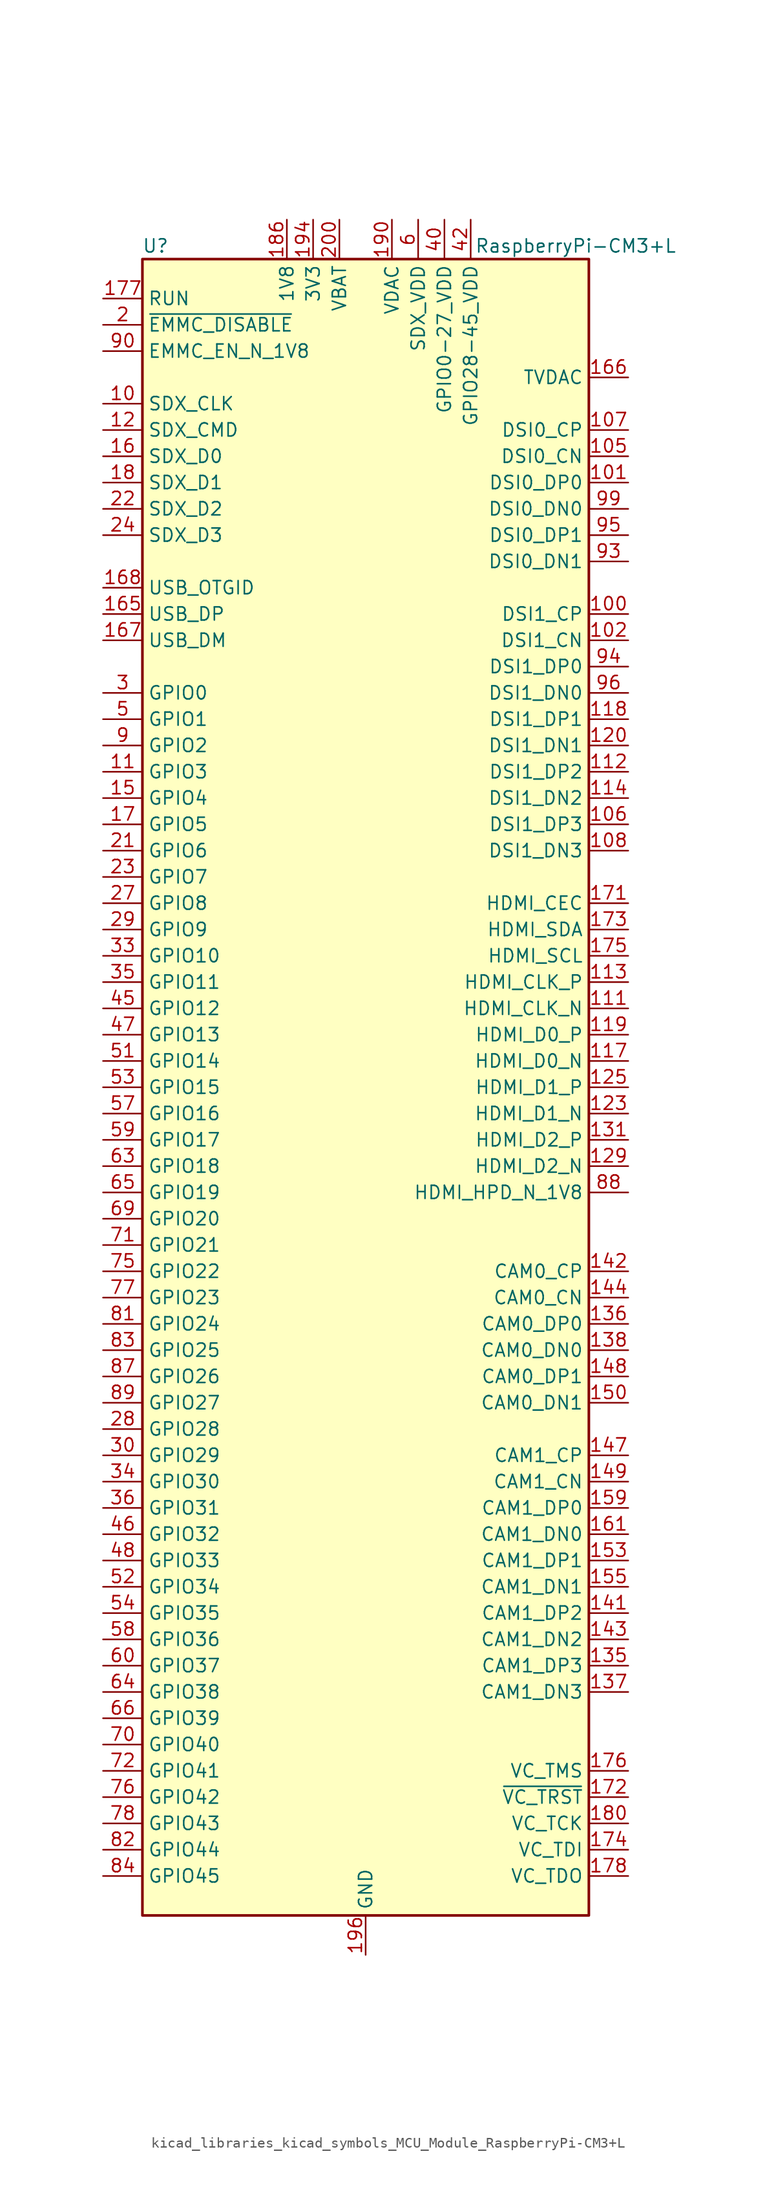
<source format=kicad_sym>
(kicad_symbol_lib
  (version 20220914)
  (generator kicad_symbol_editor)
  (symbol "kicad_libraries_kicad_symbols_MCU_Module_RaspberryPi-CM3+L"
    (property "Reference" "U"
      (at -20.32 81.28 0)
      (effects (font (size 1.27 1.27))))
    (property "Value" "RaspberryPi-CM3+L"
      (at 20.32 81.28 0)
      (effects (font (size 1.27 1.27))))
    (symbol "kicad_libraries_kicad_symbols_MCU_Module_RaspberryPi-CM3+L_0_1"
      (rectangle (start -21.59 80.01) (end 21.59 -80.01) (stroke (width 0.254) (type default)) (fill (type background))))
    (symbol "kicad_libraries_kicad_symbols_MCU_Module_RaspberryPi-CM3+L_1_1"
      (pin passive line (at 0 -83.82 90) (length 3.81) hide (name "GND" (effects (font (size 1.27 1.27)))) (number "1" (effects (font (size 1.27 1.27)))))
      (pin output line (at -25.4 66.04 0) (length 3.81) (name "SDX_CLK" (effects (font (size 1.27 1.27)))) (number "10" (effects (font (size 1.27 1.27)))))
      (pin output line (at 25.4 45.72 180) (length 3.81) (name "DSI1_CP" (effects (font (size 1.27 1.27)))) (number "100" (effects (font (size 1.27 1.27)))))
      (pin output line (at 25.4 58.42 180) (length 3.81) (name "DSI0_DP0" (effects (font (size 1.27 1.27)))) (number "101" (effects (font (size 1.27 1.27)))))
      (pin output line (at 25.4 43.18 180) (length 3.81) (name "DSI1_CN" (effects (font (size 1.27 1.27)))) (number "102" (effects (font (size 1.27 1.27)))))
      (pin passive line (at 0 -83.82 90) (length 3.81) hide (name "GND" (effects (font (size 1.27 1.27)))) (number "103" (effects (font (size 1.27 1.27)))))
      (pin passive line (at 0 -83.82 90) (length 3.81) hide (name "GND" (effects (font (size 1.27 1.27)))) (number "104" (effects (font (size 1.27 1.27)))))
      (pin output line (at 25.4 60.96 180) (length 3.81) (name "DSI0_CN" (effects (font (size 1.27 1.27)))) (number "105" (effects (font (size 1.27 1.27)))))
      (pin output line (at 25.4 25.4 180) (length 3.81) (name "DSI1_DP3" (effects (font (size 1.27 1.27)))) (number "106" (effects (font (size 1.27 1.27)))))
      (pin output line (at 25.4 63.5 180) (length 3.81) (name "DSI0_CP" (effects (font (size 1.27 1.27)))) (number "107" (effects (font (size 1.27 1.27)))))
      (pin output line (at 25.4 22.86 180) (length 3.81) (name "DSI1_DN3" (effects (font (size 1.27 1.27)))) (number "108" (effects (font (size 1.27 1.27)))))
      (pin passive line (at 0 -83.82 90) (length 3.81) hide (name "GND" (effects (font (size 1.27 1.27)))) (number "109" (effects (font (size 1.27 1.27)))))
      (pin bidirectional line (at -25.4 30.48 0) (length 3.81) (name "GPIO3" (effects (font (size 1.27 1.27)))) (number "11" (effects (font (size 1.27 1.27)))))
      (pin passive line (at 0 -83.82 90) (length 3.81) hide (name "GND" (effects (font (size 1.27 1.27)))) (number "110" (effects (font (size 1.27 1.27)))))
      (pin output line (at 25.4 7.62 180) (length 3.81) (name "HDMI_CLK_N" (effects (font (size 1.27 1.27)))) (number "111" (effects (font (size 1.27 1.27)))))
      (pin output line (at 25.4 30.48 180) (length 3.81) (name "DSI1_DP2" (effects (font (size 1.27 1.27)))) (number "112" (effects (font (size 1.27 1.27)))))
      (pin output line (at 25.4 10.16 180) (length 3.81) (name "HDMI_CLK_P" (effects (font (size 1.27 1.27)))) (number "113" (effects (font (size 1.27 1.27)))))
      (pin output line (at 25.4 27.94 180) (length 3.81) (name "DSI1_DN2" (effects (font (size 1.27 1.27)))) (number "114" (effects (font (size 1.27 1.27)))))
      (pin passive line (at 0 -83.82 90) (length 3.81) hide (name "GND" (effects (font (size 1.27 1.27)))) (number "115" (effects (font (size 1.27 1.27)))))
      (pin passive line (at 0 -83.82 90) (length 3.81) hide (name "GND" (effects (font (size 1.27 1.27)))) (number "116" (effects (font (size 1.27 1.27)))))
      (pin output line (at 25.4 2.54 180) (length 3.81) (name "HDMI_D0_N" (effects (font (size 1.27 1.27)))) (number "117" (effects (font (size 1.27 1.27)))))
      (pin output line (at 25.4 35.56 180) (length 3.81) (name "DSI1_DP1" (effects (font (size 1.27 1.27)))) (number "118" (effects (font (size 1.27 1.27)))))
      (pin output line (at 25.4 5.08 180) (length 3.81) (name "HDMI_D0_P" (effects (font (size 1.27 1.27)))) (number "119" (effects (font (size 1.27 1.27)))))
      (pin bidirectional line (at -25.4 63.5 0) (length 3.81) (name "SDX_CMD" (effects (font (size 1.27 1.27)))) (number "12" (effects (font (size 1.27 1.27)))))
      (pin output line (at 25.4 33.02 180) (length 3.81) (name "DSI1_DN1" (effects (font (size 1.27 1.27)))) (number "120" (effects (font (size 1.27 1.27)))))
      (pin passive line (at 0 -83.82 90) (length 3.81) hide (name "GND" (effects (font (size 1.27 1.27)))) (number "121" (effects (font (size 1.27 1.27)))))
      (pin passive line (at 0 -83.82 90) (length 3.81) hide (name "GND" (effects (font (size 1.27 1.27)))) (number "122" (effects (font (size 1.27 1.27)))))
      (pin output line (at 25.4 -2.54 180) (length 3.81) (name "HDMI_D1_N" (effects (font (size 1.27 1.27)))) (number "123" (effects (font (size 1.27 1.27)))))
      (pin no_connect line (at 20.32 76.2 180) (length 2.54) hide (name "NC" (effects (font (size 1.27 1.27)))) (number "124" (effects (font (size 1.27 1.27)))))
      (pin output line (at 25.4 0 180) (length 3.81) (name "HDMI_D1_P" (effects (font (size 1.27 1.27)))) (number "125" (effects (font (size 1.27 1.27)))))
      (pin no_connect line (at 20.32 73.66 180) (length 2.54) hide (name "NC" (effects (font (size 1.27 1.27)))) (number "126" (effects (font (size 1.27 1.27)))))
      (pin passive line (at 0 -83.82 90) (length 3.81) hide (name "GND" (effects (font (size 1.27 1.27)))) (number "127" (effects (font (size 1.27 1.27)))))
      (pin no_connect line (at 20.32 71.12 180) (length 2.54) hide (name "NC" (effects (font (size 1.27 1.27)))) (number "128" (effects (font (size 1.27 1.27)))))
      (pin output line (at 25.4 -7.62 180) (length 3.81) (name "HDMI_D2_N" (effects (font (size 1.27 1.27)))) (number "129" (effects (font (size 1.27 1.27)))))
      (pin passive line (at 0 -83.82 90) (length 3.81) hide (name "GND" (effects (font (size 1.27 1.27)))) (number "13" (effects (font (size 1.27 1.27)))))
      (pin no_connect line (at 20.32 66.04 180) (length 2.54) hide (name "NC" (effects (font (size 1.27 1.27)))) (number "130" (effects (font (size 1.27 1.27)))))
      (pin output line (at 25.4 -5.08 180) (length 3.81) (name "HDMI_D2_P" (effects (font (size 1.27 1.27)))) (number "131" (effects (font (size 1.27 1.27)))))
      (pin no_connect line (at 20.32 48.26 180) (length 2.54) hide (name "NC" (effects (font (size 1.27 1.27)))) (number "132" (effects (font (size 1.27 1.27)))))
      (pin passive line (at 0 -83.82 90) (length 3.81) hide (name "GND" (effects (font (size 1.27 1.27)))) (number "133" (effects (font (size 1.27 1.27)))))
      (pin passive line (at 0 -83.82 90) (length 3.81) hide (name "GND" (effects (font (size 1.27 1.27)))) (number "134" (effects (font (size 1.27 1.27)))))
      (pin input line (at 25.4 -55.88 180) (length 3.81) (name "CAM1_DP3" (effects (font (size 1.27 1.27)))) (number "135" (effects (font (size 1.27 1.27)))))
      (pin input line (at 25.4 -22.86 180) (length 3.81) (name "CAM0_DP0" (effects (font (size 1.27 1.27)))) (number "136" (effects (font (size 1.27 1.27)))))
      (pin input line (at 25.4 -58.42 180) (length 3.81) (name "CAM1_DN3" (effects (font (size 1.27 1.27)))) (number "137" (effects (font (size 1.27 1.27)))))
      (pin input line (at 25.4 -25.4 180) (length 3.81) (name "CAM0_DN0" (effects (font (size 1.27 1.27)))) (number "138" (effects (font (size 1.27 1.27)))))
      (pin passive line (at 0 -83.82 90) (length 3.81) hide (name "GND" (effects (font (size 1.27 1.27)))) (number "139" (effects (font (size 1.27 1.27)))))
      (pin passive line (at 0 -83.82 90) (length 3.81) hide (name "GND" (effects (font (size 1.27 1.27)))) (number "14" (effects (font (size 1.27 1.27)))))
      (pin passive line (at 0 -83.82 90) (length 3.81) hide (name "GND" (effects (font (size 1.27 1.27)))) (number "140" (effects (font (size 1.27 1.27)))))
      (pin input line (at 25.4 -50.8 180) (length 3.81) (name "CAM1_DP2" (effects (font (size 1.27 1.27)))) (number "141" (effects (font (size 1.27 1.27)))))
      (pin input line (at 25.4 -17.78 180) (length 3.81) (name "CAM0_CP" (effects (font (size 1.27 1.27)))) (number "142" (effects (font (size 1.27 1.27)))))
      (pin input line (at 25.4 -53.34 180) (length 3.81) (name "CAM1_DN2" (effects (font (size 1.27 1.27)))) (number "143" (effects (font (size 1.27 1.27)))))
      (pin input line (at 25.4 -20.32 180) (length 3.81) (name "CAM0_CN" (effects (font (size 1.27 1.27)))) (number "144" (effects (font (size 1.27 1.27)))))
      (pin passive line (at 0 -83.82 90) (length 3.81) hide (name "GND" (effects (font (size 1.27 1.27)))) (number "145" (effects (font (size 1.27 1.27)))))
      (pin passive line (at 0 -83.82 90) (length 3.81) hide (name "GND" (effects (font (size 1.27 1.27)))) (number "146" (effects (font (size 1.27 1.27)))))
      (pin input line (at 25.4 -35.56 180) (length 3.81) (name "CAM1_CP" (effects (font (size 1.27 1.27)))) (number "147" (effects (font (size 1.27 1.27)))))
      (pin input line (at 25.4 -27.94 180) (length 3.81) (name "CAM0_DP1" (effects (font (size 1.27 1.27)))) (number "148" (effects (font (size 1.27 1.27)))))
      (pin input line (at 25.4 -38.1 180) (length 3.81) (name "CAM1_CN" (effects (font (size 1.27 1.27)))) (number "149" (effects (font (size 1.27 1.27)))))
      (pin bidirectional line (at -25.4 27.94 0) (length 3.81) (name "GPIO4" (effects (font (size 1.27 1.27)))) (number "15" (effects (font (size 1.27 1.27)))))
      (pin input line (at 25.4 -30.48 180) (length 3.81) (name "CAM0_DN1" (effects (font (size 1.27 1.27)))) (number "150" (effects (font (size 1.27 1.27)))))
      (pin passive line (at 0 -83.82 90) (length 3.81) hide (name "GND" (effects (font (size 1.27 1.27)))) (number "151" (effects (font (size 1.27 1.27)))))
      (pin passive line (at 0 -83.82 90) (length 3.81) hide (name "GND" (effects (font (size 1.27 1.27)))) (number "152" (effects (font (size 1.27 1.27)))))
      (pin input line (at 25.4 -45.72 180) (length 3.81) (name "CAM1_DP1" (effects (font (size 1.27 1.27)))) (number "153" (effects (font (size 1.27 1.27)))))
      (pin no_connect line (at 20.32 -15.24 180) (length 2.54) hide (name "NC" (effects (font (size 1.27 1.27)))) (number "154" (effects (font (size 1.27 1.27)))))
      (pin input line (at 25.4 -48.26 180) (length 3.81) (name "CAM1_DN1" (effects (font (size 1.27 1.27)))) (number "155" (effects (font (size 1.27 1.27)))))
      (pin no_connect line (at 20.32 -12.7 180) (length 2.54) hide (name "NC" (effects (font (size 1.27 1.27)))) (number "156" (effects (font (size 1.27 1.27)))))
      (pin passive line (at 0 -83.82 90) (length 3.81) hide (name "GND" (effects (font (size 1.27 1.27)))) (number "157" (effects (font (size 1.27 1.27)))))
      (pin no_connect line (at 20.32 20.32 180) (length 2.54) hide (name "NC" (effects (font (size 1.27 1.27)))) (number "158" (effects (font (size 1.27 1.27)))))
      (pin input line (at 25.4 -40.64 180) (length 3.81) (name "CAM1_DP0" (effects (font (size 1.27 1.27)))) (number "159" (effects (font (size 1.27 1.27)))))
      (pin bidirectional line (at -25.4 60.96 0) (length 3.81) (name "SDX_D0" (effects (font (size 1.27 1.27)))) (number "16" (effects (font (size 1.27 1.27)))))
      (pin no_connect line (at 20.32 -60.96 180) (length 2.54) hide (name "NC" (effects (font (size 1.27 1.27)))) (number "160" (effects (font (size 1.27 1.27)))))
      (pin input line (at 25.4 -43.18 180) (length 3.81) (name "CAM1_DN0" (effects (font (size 1.27 1.27)))) (number "161" (effects (font (size 1.27 1.27)))))
      (pin no_connect line (at 20.32 -63.5 180) (length 2.54) hide (name "NC" (effects (font (size 1.27 1.27)))) (number "162" (effects (font (size 1.27 1.27)))))
      (pin passive line (at 0 -83.82 90) (length 3.81) hide (name "GND" (effects (font (size 1.27 1.27)))) (number "163" (effects (font (size 1.27 1.27)))))
      (pin passive line (at 0 -83.82 90) (length 3.81) hide (name "GND" (effects (font (size 1.27 1.27)))) (number "164" (effects (font (size 1.27 1.27)))))
      (pin bidirectional line (at -25.4 45.72 0) (length 3.81) (name "USB_DP" (effects (font (size 1.27 1.27)))) (number "165" (effects (font (size 1.27 1.27)))))
      (pin output line (at 25.4 68.58 180) (length 3.81) (name "TVDAC" (effects (font (size 1.27 1.27)))) (number "166" (effects (font (size 1.27 1.27)))))
      (pin bidirectional line (at -25.4 43.18 0) (length 3.81) (name "USB_DM" (effects (font (size 1.27 1.27)))) (number "167" (effects (font (size 1.27 1.27)))))
      (pin passive line (at -25.4 48.26 0) (length 3.81) (name "USB_OTGID" (effects (font (size 1.27 1.27)))) (number "168" (effects (font (size 1.27 1.27)))))
      (pin passive line (at 0 -83.82 90) (length 3.81) hide (name "GND" (effects (font (size 1.27 1.27)))) (number "169" (effects (font (size 1.27 1.27)))))
      (pin bidirectional line (at -25.4 25.4 0) (length 3.81) (name "GPIO5" (effects (font (size 1.27 1.27)))) (number "17" (effects (font (size 1.27 1.27)))))
      (pin passive line (at 0 -83.82 90) (length 3.81) hide (name "GND" (effects (font (size 1.27 1.27)))) (number "170" (effects (font (size 1.27 1.27)))))
      (pin bidirectional line (at 25.4 17.78 180) (length 3.81) (name "HDMI_CEC" (effects (font (size 1.27 1.27)))) (number "171" (effects (font (size 1.27 1.27)))))
      (pin input line (at 25.4 -68.58 180) (length 3.81) (name "~{VC_TRST}" (effects (font (size 1.27 1.27)))) (number "172" (effects (font (size 1.27 1.27)))))
      (pin bidirectional line (at 25.4 15.24 180) (length 3.81) (name "HDMI_SDA" (effects (font (size 1.27 1.27)))) (number "173" (effects (font (size 1.27 1.27)))))
      (pin input line (at 25.4 -73.66 180) (length 3.81) (name "VC_TDI" (effects (font (size 1.27 1.27)))) (number "174" (effects (font (size 1.27 1.27)))))
      (pin bidirectional line (at 25.4 12.7 180) (length 3.81) (name "HDMI_SCL" (effects (font (size 1.27 1.27)))) (number "175" (effects (font (size 1.27 1.27)))))
      (pin input line (at 25.4 -66.04 180) (length 3.81) (name "VC_TMS" (effects (font (size 1.27 1.27)))) (number "176" (effects (font (size 1.27 1.27)))))
      (pin input line (at -25.4 76.2 0) (length 3.81) (name "RUN" (effects (font (size 1.27 1.27)))) (number "177" (effects (font (size 1.27 1.27)))))
      (pin output line (at 25.4 -76.2 180) (length 3.81) (name "VC_TDO" (effects (font (size 1.27 1.27)))) (number "178" (effects (font (size 1.27 1.27)))))
      (pin no_connect line (at 0 78.74 270) (length 2.54) hide (name "VDD_CORE_(DO_NOT_CONNECT)" (effects (font (size 1.27 1.27)))) (number "179" (effects (font (size 1.27 1.27)))))
      (pin bidirectional line (at -25.4 58.42 0) (length 3.81) (name "SDX_D1" (effects (font (size 1.27 1.27)))) (number "18" (effects (font (size 1.27 1.27)))))
      (pin input line (at 25.4 -71.12 180) (length 3.81) (name "VC_TCK" (effects (font (size 1.27 1.27)))) (number "180" (effects (font (size 1.27 1.27)))))
      (pin passive line (at 0 -83.82 90) (length 3.81) hide (name "GND" (effects (font (size 1.27 1.27)))) (number "181" (effects (font (size 1.27 1.27)))))
      (pin passive line (at 0 -83.82 90) (length 3.81) hide (name "GND" (effects (font (size 1.27 1.27)))) (number "182" (effects (font (size 1.27 1.27)))))
      (pin passive line (at -7.62 83.82 270) (length 3.81) hide (name "1V8" (effects (font (size 1.27 1.27)))) (number "183" (effects (font (size 1.27 1.27)))))
      (pin passive line (at -7.62 83.82 270) (length 3.81) hide (name "1V8" (effects (font (size 1.27 1.27)))) (number "184" (effects (font (size 1.27 1.27)))))
      (pin passive line (at -7.62 83.82 270) (length 3.81) hide (name "1V8" (effects (font (size 1.27 1.27)))) (number "185" (effects (font (size 1.27 1.27)))))
      (pin power_in line (at -7.62 83.82 270) (length 3.81) (name "1V8" (effects (font (size 1.27 1.27)))) (number "186" (effects (font (size 1.27 1.27)))))
      (pin passive line (at 0 -83.82 90) (length 3.81) hide (name "GND" (effects (font (size 1.27 1.27)))) (number "187" (effects (font (size 1.27 1.27)))))
      (pin passive line (at 0 -83.82 90) (length 3.81) hide (name "GND" (effects (font (size 1.27 1.27)))) (number "188" (effects (font (size 1.27 1.27)))))
      (pin passive line (at 2.54 83.82 270) (length 3.81) hide (name "VDAC" (effects (font (size 1.27 1.27)))) (number "189" (effects (font (size 1.27 1.27)))))
      (pin passive line (at 0 -83.82 90) (length 3.81) hide (name "GND" (effects (font (size 1.27 1.27)))) (number "19" (effects (font (size 1.27 1.27)))))
      (pin power_in line (at 2.54 83.82 270) (length 3.81) (name "VDAC" (effects (font (size 1.27 1.27)))) (number "190" (effects (font (size 1.27 1.27)))))
      (pin passive line (at -5.08 83.82 270) (length 3.81) hide (name "3V3" (effects (font (size 1.27 1.27)))) (number "191" (effects (font (size 1.27 1.27)))))
      (pin passive line (at -5.08 83.82 270) (length 3.81) hide (name "3V3" (effects (font (size 1.27 1.27)))) (number "192" (effects (font (size 1.27 1.27)))))
      (pin passive line (at -5.08 83.82 270) (length 3.81) hide (name "3V3" (effects (font (size 1.27 1.27)))) (number "193" (effects (font (size 1.27 1.27)))))
      (pin power_in line (at -5.08 83.82 270) (length 3.81) (name "3V3" (effects (font (size 1.27 1.27)))) (number "194" (effects (font (size 1.27 1.27)))))
      (pin passive line (at 0 -83.82 90) (length 3.81) hide (name "GND" (effects (font (size 1.27 1.27)))) (number "195" (effects (font (size 1.27 1.27)))))
      (pin power_out line (at 0 -83.82 90) (length 3.81) (name "GND" (effects (font (size 1.27 1.27)))) (number "196" (effects (font (size 1.27 1.27)))))
      (pin passive line (at -2.54 83.82 270) (length 3.81) hide (name "VBAT" (effects (font (size 1.27 1.27)))) (number "197" (effects (font (size 1.27 1.27)))))
      (pin passive line (at -2.54 83.82 270) (length 3.81) hide (name "VBAT" (effects (font (size 1.27 1.27)))) (number "198" (effects (font (size 1.27 1.27)))))
      (pin passive line (at -2.54 83.82 270) (length 3.81) hide (name "VBAT" (effects (font (size 1.27 1.27)))) (number "199" (effects (font (size 1.27 1.27)))))
      (pin input line (at -25.4 73.66 0) (length 3.81) (name "~{EMMC_DISABLE}" (effects (font (size 1.27 1.27)))) (number "2" (effects (font (size 1.27 1.27)))))
      (pin passive line (at 0 -83.82 90) (length 3.81) hide (name "GND" (effects (font (size 1.27 1.27)))) (number "20" (effects (font (size 1.27 1.27)))))
      (pin power_in line (at -2.54 83.82 270) (length 3.81) (name "VBAT" (effects (font (size 1.27 1.27)))) (number "200" (effects (font (size 1.27 1.27)))))
      (pin bidirectional line (at -25.4 22.86 0) (length 3.81) (name "GPIO6" (effects (font (size 1.27 1.27)))) (number "21" (effects (font (size 1.27 1.27)))))
      (pin bidirectional line (at -25.4 55.88 0) (length 3.81) (name "SDX_D2" (effects (font (size 1.27 1.27)))) (number "22" (effects (font (size 1.27 1.27)))))
      (pin bidirectional line (at -25.4 20.32 0) (length 3.81) (name "GPIO7" (effects (font (size 1.27 1.27)))) (number "23" (effects (font (size 1.27 1.27)))))
      (pin bidirectional line (at -25.4 53.34 0) (length 3.81) (name "SDX_D3" (effects (font (size 1.27 1.27)))) (number "24" (effects (font (size 1.27 1.27)))))
      (pin passive line (at 0 -83.82 90) (length 3.81) hide (name "GND" (effects (font (size 1.27 1.27)))) (number "25" (effects (font (size 1.27 1.27)))))
      (pin passive line (at 0 -83.82 90) (length 3.81) hide (name "GND" (effects (font (size 1.27 1.27)))) (number "26" (effects (font (size 1.27 1.27)))))
      (pin bidirectional line (at -25.4 17.78 0) (length 3.81) (name "GPIO8" (effects (font (size 1.27 1.27)))) (number "27" (effects (font (size 1.27 1.27)))))
      (pin bidirectional line (at -25.4 -33.02 0) (length 3.81) (name "GPIO28" (effects (font (size 1.27 1.27)))) (number "28" (effects (font (size 1.27 1.27)))))
      (pin bidirectional line (at -25.4 15.24 0) (length 3.81) (name "GPIO9" (effects (font (size 1.27 1.27)))) (number "29" (effects (font (size 1.27 1.27)))))
      (pin bidirectional line (at -25.4 38.1 0) (length 3.81) (name "GPIO0" (effects (font (size 1.27 1.27)))) (number "3" (effects (font (size 1.27 1.27)))))
      (pin bidirectional line (at -25.4 -35.56 0) (length 3.81) (name "GPIO29" (effects (font (size 1.27 1.27)))) (number "30" (effects (font (size 1.27 1.27)))))
      (pin passive line (at 0 -83.82 90) (length 3.81) hide (name "GND" (effects (font (size 1.27 1.27)))) (number "31" (effects (font (size 1.27 1.27)))))
      (pin passive line (at 0 -83.82 90) (length 3.81) hide (name "GND" (effects (font (size 1.27 1.27)))) (number "32" (effects (font (size 1.27 1.27)))))
      (pin bidirectional line (at -25.4 12.7 0) (length 3.81) (name "GPIO10" (effects (font (size 1.27 1.27)))) (number "33" (effects (font (size 1.27 1.27)))))
      (pin bidirectional line (at -25.4 -38.1 0) (length 3.81) (name "GPIO30" (effects (font (size 1.27 1.27)))) (number "34" (effects (font (size 1.27 1.27)))))
      (pin bidirectional line (at -25.4 10.16 0) (length 3.81) (name "GPIO11" (effects (font (size 1.27 1.27)))) (number "35" (effects (font (size 1.27 1.27)))))
      (pin bidirectional line (at -25.4 -40.64 0) (length 3.81) (name "GPIO31" (effects (font (size 1.27 1.27)))) (number "36" (effects (font (size 1.27 1.27)))))
      (pin passive line (at 0 -83.82 90) (length 3.81) hide (name "GND" (effects (font (size 1.27 1.27)))) (number "37" (effects (font (size 1.27 1.27)))))
      (pin passive line (at 0 -83.82 90) (length 3.81) hide (name "GND" (effects (font (size 1.27 1.27)))) (number "38" (effects (font (size 1.27 1.27)))))
      (pin passive line (at 7.62 83.82 270) (length 3.81) hide (name "GPIO0-27_VDD" (effects (font (size 1.27 1.27)))) (number "39" (effects (font (size 1.27 1.27)))))
      (pin passive line (at 5.08 83.82 270) (length 3.81) hide (name "SDX_VDD" (effects (font (size 1.27 1.27)))) (number "4" (effects (font (size 1.27 1.27)))))
      (pin power_in line (at 7.62 83.82 270) (length 3.81) (name "GPIO0-27_VDD" (effects (font (size 1.27 1.27)))) (number "40" (effects (font (size 1.27 1.27)))))
      (pin passive line (at 10.16 83.82 270) (length 3.81) hide (name "GPIO28-45_VDD" (effects (font (size 1.27 1.27)))) (number "41" (effects (font (size 1.27 1.27)))))
      (pin power_in line (at 10.16 83.82 270) (length 3.81) (name "GPIO28-45_VDD" (effects (font (size 1.27 1.27)))) (number "42" (effects (font (size 1.27 1.27)))))
      (pin passive line (at 0 -83.82 90) (length 3.81) hide (name "GND" (effects (font (size 1.27 1.27)))) (number "43" (effects (font (size 1.27 1.27)))))
      (pin passive line (at 0 -83.82 90) (length 3.81) hide (name "GND" (effects (font (size 1.27 1.27)))) (number "44" (effects (font (size 1.27 1.27)))))
      (pin bidirectional line (at -25.4 7.62 0) (length 3.81) (name "GPIO12" (effects (font (size 1.27 1.27)))) (number "45" (effects (font (size 1.27 1.27)))))
      (pin bidirectional line (at -25.4 -43.18 0) (length 3.81) (name "GPIO32" (effects (font (size 1.27 1.27)))) (number "46" (effects (font (size 1.27 1.27)))))
      (pin bidirectional line (at -25.4 5.08 0) (length 3.81) (name "GPIO13" (effects (font (size 1.27 1.27)))) (number "47" (effects (font (size 1.27 1.27)))))
      (pin bidirectional line (at -25.4 -45.72 0) (length 3.81) (name "GPIO33" (effects (font (size 1.27 1.27)))) (number "48" (effects (font (size 1.27 1.27)))))
      (pin passive line (at 0 -83.82 90) (length 3.81) hide (name "GND" (effects (font (size 1.27 1.27)))) (number "49" (effects (font (size 1.27 1.27)))))
      (pin bidirectional line (at -25.4 35.56 0) (length 3.81) (name "GPIO1" (effects (font (size 1.27 1.27)))) (number "5" (effects (font (size 1.27 1.27)))))
      (pin passive line (at 0 -83.82 90) (length 3.81) hide (name "GND" (effects (font (size 1.27 1.27)))) (number "50" (effects (font (size 1.27 1.27)))))
      (pin bidirectional line (at -25.4 2.54 0) (length 3.81) (name "GPIO14" (effects (font (size 1.27 1.27)))) (number "51" (effects (font (size 1.27 1.27)))))
      (pin bidirectional line (at -25.4 -48.26 0) (length 3.81) (name "GPIO34" (effects (font (size 1.27 1.27)))) (number "52" (effects (font (size 1.27 1.27)))))
      (pin bidirectional line (at -25.4 0 0) (length 3.81) (name "GPIO15" (effects (font (size 1.27 1.27)))) (number "53" (effects (font (size 1.27 1.27)))))
      (pin bidirectional line (at -25.4 -50.8 0) (length 3.81) (name "GPIO35" (effects (font (size 1.27 1.27)))) (number "54" (effects (font (size 1.27 1.27)))))
      (pin passive line (at 0 -83.82 90) (length 3.81) hide (name "GND" (effects (font (size 1.27 1.27)))) (number "55" (effects (font (size 1.27 1.27)))))
      (pin passive line (at 0 -83.82 90) (length 3.81) hide (name "GND" (effects (font (size 1.27 1.27)))) (number "56" (effects (font (size 1.27 1.27)))))
      (pin bidirectional line (at -25.4 -2.54 0) (length 3.81) (name "GPIO16" (effects (font (size 1.27 1.27)))) (number "57" (effects (font (size 1.27 1.27)))))
      (pin bidirectional line (at -25.4 -53.34 0) (length 3.81) (name "GPIO36" (effects (font (size 1.27 1.27)))) (number "58" (effects (font (size 1.27 1.27)))))
      (pin bidirectional line (at -25.4 -5.08 0) (length 3.81) (name "GPIO17" (effects (font (size 1.27 1.27)))) (number "59" (effects (font (size 1.27 1.27)))))
      (pin power_in line (at 5.08 83.82 270) (length 3.81) (name "SDX_VDD" (effects (font (size 1.27 1.27)))) (number "6" (effects (font (size 1.27 1.27)))))
      (pin bidirectional line (at -25.4 -55.88 0) (length 3.81) (name "GPIO37" (effects (font (size 1.27 1.27)))) (number "60" (effects (font (size 1.27 1.27)))))
      (pin passive line (at 0 -83.82 90) (length 3.81) hide (name "GND" (effects (font (size 1.27 1.27)))) (number "61" (effects (font (size 1.27 1.27)))))
      (pin passive line (at 0 -83.82 90) (length 3.81) hide (name "GND" (effects (font (size 1.27 1.27)))) (number "62" (effects (font (size 1.27 1.27)))))
      (pin bidirectional line (at -25.4 -7.62 0) (length 3.81) (name "GPIO18" (effects (font (size 1.27 1.27)))) (number "63" (effects (font (size 1.27 1.27)))))
      (pin bidirectional line (at -25.4 -58.42 0) (length 3.81) (name "GPIO38" (effects (font (size 1.27 1.27)))) (number "64" (effects (font (size 1.27 1.27)))))
      (pin bidirectional line (at -25.4 -10.16 0) (length 3.81) (name "GPIO19" (effects (font (size 1.27 1.27)))) (number "65" (effects (font (size 1.27 1.27)))))
      (pin bidirectional line (at -25.4 -60.96 0) (length 3.81) (name "GPIO39" (effects (font (size 1.27 1.27)))) (number "66" (effects (font (size 1.27 1.27)))))
      (pin passive line (at 0 -83.82 90) (length 3.81) hide (name "GND" (effects (font (size 1.27 1.27)))) (number "67" (effects (font (size 1.27 1.27)))))
      (pin passive line (at 0 -83.82 90) (length 3.81) hide (name "GND" (effects (font (size 1.27 1.27)))) (number "68" (effects (font (size 1.27 1.27)))))
      (pin bidirectional line (at -25.4 -12.7 0) (length 3.81) (name "GPIO20" (effects (font (size 1.27 1.27)))) (number "69" (effects (font (size 1.27 1.27)))))
      (pin passive line (at 0 -83.82 90) (length 3.81) hide (name "GND" (effects (font (size 1.27 1.27)))) (number "7" (effects (font (size 1.27 1.27)))))
      (pin bidirectional line (at -25.4 -63.5 0) (length 3.81) (name "GPIO40" (effects (font (size 1.27 1.27)))) (number "70" (effects (font (size 1.27 1.27)))))
      (pin bidirectional line (at -25.4 -15.24 0) (length 3.81) (name "GPIO21" (effects (font (size 1.27 1.27)))) (number "71" (effects (font (size 1.27 1.27)))))
      (pin bidirectional line (at -25.4 -66.04 0) (length 3.81) (name "GPIO41" (effects (font (size 1.27 1.27)))) (number "72" (effects (font (size 1.27 1.27)))))
      (pin passive line (at 0 -83.82 90) (length 3.81) hide (name "GND" (effects (font (size 1.27 1.27)))) (number "73" (effects (font (size 1.27 1.27)))))
      (pin passive line (at 0 -83.82 90) (length 3.81) hide (name "GND" (effects (font (size 1.27 1.27)))) (number "74" (effects (font (size 1.27 1.27)))))
      (pin bidirectional line (at -25.4 -17.78 0) (length 3.81) (name "GPIO22" (effects (font (size 1.27 1.27)))) (number "75" (effects (font (size 1.27 1.27)))))
      (pin bidirectional line (at -25.4 -68.58 0) (length 3.81) (name "GPIO42" (effects (font (size 1.27 1.27)))) (number "76" (effects (font (size 1.27 1.27)))))
      (pin bidirectional line (at -25.4 -20.32 0) (length 3.81) (name "GPIO23" (effects (font (size 1.27 1.27)))) (number "77" (effects (font (size 1.27 1.27)))))
      (pin bidirectional line (at -25.4 -71.12 0) (length 3.81) (name "GPIO43" (effects (font (size 1.27 1.27)))) (number "78" (effects (font (size 1.27 1.27)))))
      (pin passive line (at 0 -83.82 90) (length 3.81) hide (name "GND" (effects (font (size 1.27 1.27)))) (number "79" (effects (font (size 1.27 1.27)))))
      (pin passive line (at 0 -83.82 90) (length 3.81) hide (name "GND" (effects (font (size 1.27 1.27)))) (number "8" (effects (font (size 1.27 1.27)))))
      (pin passive line (at 0 -83.82 90) (length 3.81) hide (name "GND" (effects (font (size 1.27 1.27)))) (number "80" (effects (font (size 1.27 1.27)))))
      (pin bidirectional line (at -25.4 -22.86 0) (length 3.81) (name "GPIO24" (effects (font (size 1.27 1.27)))) (number "81" (effects (font (size 1.27 1.27)))))
      (pin bidirectional line (at -25.4 -73.66 0) (length 3.81) (name "GPIO44" (effects (font (size 1.27 1.27)))) (number "82" (effects (font (size 1.27 1.27)))))
      (pin bidirectional line (at -25.4 -25.4 0) (length 3.81) (name "GPIO25" (effects (font (size 1.27 1.27)))) (number "83" (effects (font (size 1.27 1.27)))))
      (pin bidirectional line (at -25.4 -76.2 0) (length 3.81) (name "GPIO45" (effects (font (size 1.27 1.27)))) (number "84" (effects (font (size 1.27 1.27)))))
      (pin passive line (at 0 -83.82 90) (length 3.81) hide (name "GND" (effects (font (size 1.27 1.27)))) (number "85" (effects (font (size 1.27 1.27)))))
      (pin passive line (at 0 -83.82 90) (length 3.81) hide (name "GND" (effects (font (size 1.27 1.27)))) (number "86" (effects (font (size 1.27 1.27)))))
      (pin bidirectional line (at -25.4 -27.94 0) (length 3.81) (name "GPIO26" (effects (font (size 1.27 1.27)))) (number "87" (effects (font (size 1.27 1.27)))))
      (pin input line (at 25.4 -10.16 180) (length 3.81) (name "HDMI_HPD_N_1V8" (effects (font (size 1.27 1.27)))) (number "88" (effects (font (size 1.27 1.27)))))
      (pin bidirectional line (at -25.4 -30.48 0) (length 3.81) (name "GPIO27" (effects (font (size 1.27 1.27)))) (number "89" (effects (font (size 1.27 1.27)))))
      (pin bidirectional line (at -25.4 33.02 0) (length 3.81) (name "GPIO2" (effects (font (size 1.27 1.27)))) (number "9" (effects (font (size 1.27 1.27)))))
      (pin output line (at -25.4 71.12 0) (length 3.81) (name "EMMC_EN_N_1V8" (effects (font (size 1.27 1.27)))) (number "90" (effects (font (size 1.27 1.27)))))
      (pin passive line (at 0 -83.82 90) (length 3.81) hide (name "GND" (effects (font (size 1.27 1.27)))) (number "91" (effects (font (size 1.27 1.27)))))
      (pin passive line (at 0 -83.82 90) (length 3.81) hide (name "GND" (effects (font (size 1.27 1.27)))) (number "92" (effects (font (size 1.27 1.27)))))
      (pin output line (at 25.4 50.8 180) (length 3.81) (name "DSI0_DN1" (effects (font (size 1.27 1.27)))) (number "93" (effects (font (size 1.27 1.27)))))
      (pin output line (at 25.4 40.64 180) (length 3.81) (name "DSI1_DP0" (effects (font (size 1.27 1.27)))) (number "94" (effects (font (size 1.27 1.27)))))
      (pin output line (at 25.4 53.34 180) (length 3.81) (name "DSI0_DP1" (effects (font (size 1.27 1.27)))) (number "95" (effects (font (size 1.27 1.27)))))
      (pin output line (at 25.4 38.1 180) (length 3.81) (name "DSI1_DN0" (effects (font (size 1.27 1.27)))) (number "96" (effects (font (size 1.27 1.27)))))
      (pin passive line (at 0 -83.82 90) (length 3.81) hide (name "GND" (effects (font (size 1.27 1.27)))) (number "97" (effects (font (size 1.27 1.27)))))
      (pin passive line (at 0 -83.82 90) (length 3.81) hide (name "GND" (effects (font (size 1.27 1.27)))) (number "98" (effects (font (size 1.27 1.27)))))
      (pin output line (at 25.4 55.88 180) (length 3.81) (name "DSI0_DN0" (effects (font (size 1.27 1.27)))) (number "99" (effects (font (size 1.27 1.27))))))))
</source>
